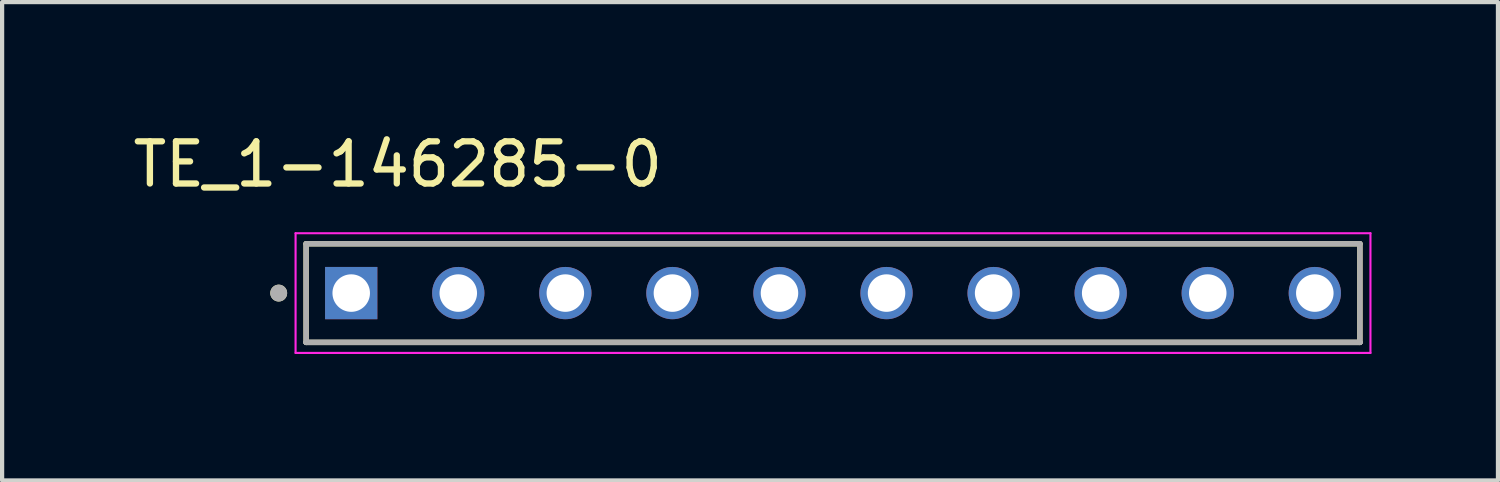
<source format=kicad_pcb>
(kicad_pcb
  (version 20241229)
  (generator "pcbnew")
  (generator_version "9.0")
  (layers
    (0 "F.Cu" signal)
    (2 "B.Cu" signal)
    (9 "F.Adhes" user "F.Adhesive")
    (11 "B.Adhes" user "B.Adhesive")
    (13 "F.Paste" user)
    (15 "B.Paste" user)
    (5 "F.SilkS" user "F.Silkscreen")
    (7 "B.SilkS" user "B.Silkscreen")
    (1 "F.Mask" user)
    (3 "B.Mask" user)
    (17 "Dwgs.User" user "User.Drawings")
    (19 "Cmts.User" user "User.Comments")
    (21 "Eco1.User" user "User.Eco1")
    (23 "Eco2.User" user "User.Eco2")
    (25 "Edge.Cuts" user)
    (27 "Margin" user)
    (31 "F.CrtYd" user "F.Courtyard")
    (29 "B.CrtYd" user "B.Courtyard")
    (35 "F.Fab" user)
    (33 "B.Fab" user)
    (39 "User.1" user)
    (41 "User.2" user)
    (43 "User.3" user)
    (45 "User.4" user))
  (footprint "TE_1-146285-0"
    (layer "F.Cu")
    (at 5.282 3.903)
    (property "Reference" "TE_1-146285-0" (at 1.105 -3.055 0) (layer "F.SilkS") (effects (font (size 1 1) (thickness 0.15))))
    (attr through_hole)
    (fp_line (start -1.07 1.17) (end -1.07 -1.17) (stroke (width 0.127) (type solid)) (layer "F.SilkS"))
    (fp_line (start 23.93 -1.17) (end -1.07 -1.17) (stroke (width 0.127) (type solid)) (layer "F.SilkS"))
    (fp_line (start 23.93 -1.17) (end 23.93 1.17) (stroke (width 0.127) (type solid)) (layer "F.SilkS"))
    (fp_line (start 23.93 1.17) (end -1.07 1.17) (stroke (width 0.127) (type solid)) (layer "F.SilkS"))
    (fp_circle (center -1.72 0) (end -1.62 0) (stroke (width 0.2) (type solid)) (fill no) (layer "F.SilkS"))
    (fp_line (start -1.32 -1.42) (end 24.18 -1.42) (stroke (width 0.05) (type solid)) (layer "F.CrtYd"))
    (fp_line (start -1.32 1.42) (end -1.32 -1.42) (stroke (width 0.05) (type solid)) (layer "F.CrtYd"))
    (fp_line (start 24.18 -1.42) (end 24.18 1.42) (stroke (width 0.05) (type solid)) (layer "F.CrtYd"))
    (fp_line (start 24.18 1.42) (end -1.32 1.42) (stroke (width 0.05) (type solid)) (layer "F.CrtYd"))
    (fp_line (start -1.07 -1.17) (end 23.93 -1.17) (stroke (width 0.127) (type solid)) (layer "F.Fab"))
    (fp_line (start -1.07 1.17) (end -1.07 -1.17) (stroke (width 0.127) (type solid)) (layer "F.Fab"))
    (fp_line (start -1.07 1.17) (end -1.07 1.17) (stroke (width 0.127) (type solid)) (layer "F.Fab"))
    (fp_line (start -1.07 1.17) (end 23.93 1.17) (stroke (width 0.127) (type solid)) (layer "F.Fab"))
    (fp_line (start 23.93 -1.17) (end 23.93 1.17) (stroke (width 0.127) (type solid)) (layer "F.Fab"))
    (fp_line (start 23.93 1.17) (end -1.07 1.17) (stroke (width 0.127) (type solid)) (layer "F.Fab"))
    (fp_line (start 23.93 1.17) (end 23.93 1.17) (stroke (width 0.127) (type solid)) (layer "F.Fab"))
    (fp_circle (center -1.72 0) (end -1.62 0) (stroke (width 0.2) (type solid)) (fill no) (layer "F.Fab"))
    (pad "1" thru_hole rect (at 0 0) (size 1.24 1.24) (drill 0.89) (layers "*.Cu" "*.Mask"))
    (pad "2" thru_hole circle (at 2.54 0) (size 1.24 1.24) (drill 0.89) (layers "*.Cu" "*.Mask"))
    (pad "3" thru_hole circle (at 5.08 0) (size 1.24 1.24) (drill 0.89) (layers "*.Cu" "*.Mask"))
    (pad "4" thru_hole circle (at 7.62 0) (size 1.24 1.24) (drill 0.89) (layers "*.Cu" "*.Mask"))
    (pad "5" thru_hole circle (at 10.16 0) (size 1.24 1.24) (drill 0.89) (layers "*.Cu" "*.Mask"))
    (pad "6" thru_hole circle (at 12.7 0) (size 1.24 1.24) (drill 0.89) (layers "*.Cu" "*.Mask"))
    (pad "7" thru_hole circle (at 15.24 0) (size 1.24 1.24) (drill 0.89) (layers "*.Cu" "*.Mask"))
    (pad "8" thru_hole circle (at 17.78 0) (size 1.24 1.24) (drill 0.89) (layers "*.Cu" "*.Mask"))
    (pad "9" thru_hole circle (at 20.32 0) (size 1.24 1.24) (drill 0.89) (layers "*.Cu" "*.Mask"))
    (pad "10" thru_hole circle (at 22.86 0) (size 1.24 1.24) (drill 0.89) (layers "*.Cu" "*.Mask")))
  (gr_rect
    (start -3 -3)
    (end 32.487 8.348)
    (stroke (width 0.1) (type default))
    (fill no)
    (layer "Edge.Cuts")))
</source>
